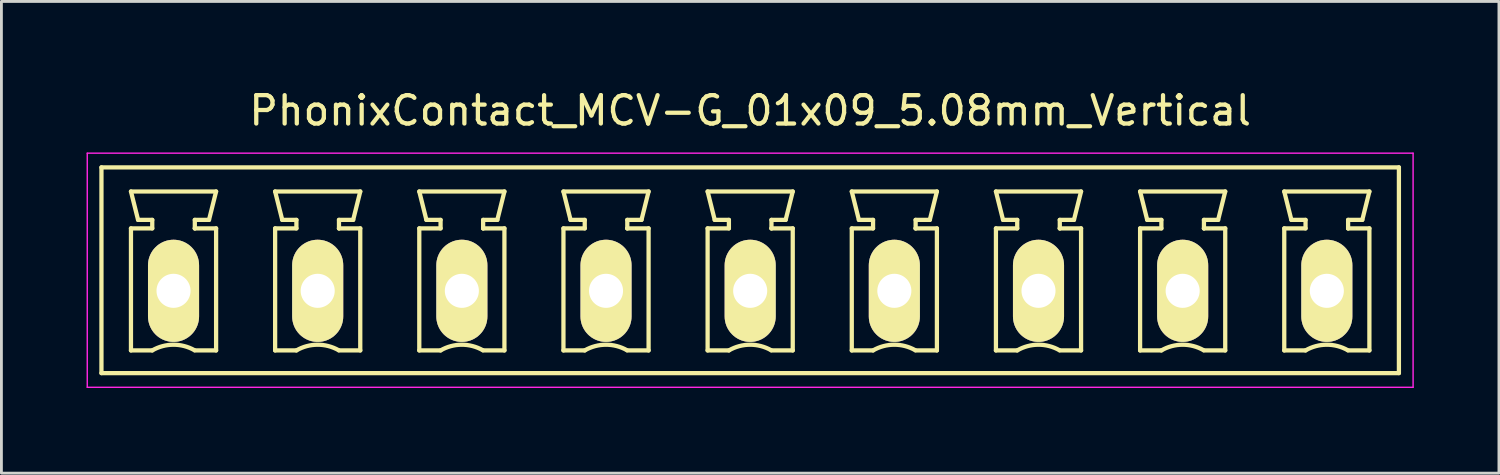
<source format=kicad_pcb>
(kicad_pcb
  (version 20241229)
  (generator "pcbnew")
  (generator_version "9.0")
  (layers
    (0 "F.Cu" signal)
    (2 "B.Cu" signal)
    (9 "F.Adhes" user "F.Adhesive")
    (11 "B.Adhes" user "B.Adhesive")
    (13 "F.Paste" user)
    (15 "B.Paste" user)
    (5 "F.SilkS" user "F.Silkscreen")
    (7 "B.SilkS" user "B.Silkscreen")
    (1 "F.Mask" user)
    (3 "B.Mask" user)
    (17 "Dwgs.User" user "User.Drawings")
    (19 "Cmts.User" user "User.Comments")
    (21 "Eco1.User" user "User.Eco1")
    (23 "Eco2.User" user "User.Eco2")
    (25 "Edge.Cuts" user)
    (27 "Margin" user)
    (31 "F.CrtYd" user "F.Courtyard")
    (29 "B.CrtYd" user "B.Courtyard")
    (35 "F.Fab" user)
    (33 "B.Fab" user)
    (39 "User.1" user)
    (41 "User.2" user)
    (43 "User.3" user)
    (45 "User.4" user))
  (footprint "PhonixContact_MCV-G_01x09_5.08mm_Vertical"
    (layer "F.Cu")
    (at 3.065 7.198)
    (property "Reference" "PhonixContact_MCV-G_01x09_5.08mm_Vertical" (at 20.32 -6.35 0) (layer "F.SilkS") (effects (font (size 1 1) (thickness 0.15))))
    (attr through_hole)
    (fp_line (start -2.54 -4.35) (end -2.54 2.9) (stroke (width 0.15) (type solid)) (layer "F.SilkS"))
    (fp_line (start -2.54 2.9) (end 43.18 2.9) (stroke (width 0.15) (type solid)) (layer "F.SilkS"))
    (fp_line (start -1.5 -3.5) (end 1.5 -3.5) (stroke (width 0.15) (type solid)) (layer "F.SilkS"))
    (fp_line (start -1.5 -2.2) (end -0.75 -2.2) (stroke (width 0.15) (type solid)) (layer "F.SilkS"))
    (fp_line (start -1.5 2.1) (end -1.5 -2.2) (stroke (width 0.15) (type solid)) (layer "F.SilkS"))
    (fp_line (start -1.25 -2.5) (end -1.5 -3.5) (stroke (width 0.15) (type solid)) (layer "F.SilkS"))
    (fp_line (start -0.75 -2.5) (end -1.25 -2.5) (stroke (width 0.15) (type solid)) (layer "F.SilkS"))
    (fp_line (start -0.75 -2.2) (end -0.75 -2.5) (stroke (width 0.15) (type solid)) (layer "F.SilkS"))
    (fp_line (start -0.75 2.1) (end -1.5 2.1) (stroke (width 0.15) (type solid)) (layer "F.SilkS"))
    (fp_line (start 0.75 -2.5) (end 0.75 -2.2) (stroke (width 0.15) (type solid)) (layer "F.SilkS"))
    (fp_line (start 0.75 -2.2) (end 0.75 -2.2) (stroke (width 0.15) (type solid)) (layer "F.SilkS"))
    (fp_line (start 0.75 -2.2) (end 1.5 -2.2) (stroke (width 0.15) (type solid)) (layer "F.SilkS"))
    (fp_line (start 1.25 -2.5) (end 0.75 -2.5) (stroke (width 0.15) (type solid)) (layer "F.SilkS"))
    (fp_line (start 1.5 -3.5) (end 1.25 -2.5) (stroke (width 0.15) (type solid)) (layer "F.SilkS"))
    (fp_line (start 1.5 -2.2) (end 1.5 2.1) (stroke (width 0.15) (type solid)) (layer "F.SilkS"))
    (fp_line (start 1.5 2.1) (end 0.75 2.1) (stroke (width 0.15) (type solid)) (layer "F.SilkS"))
    (fp_line (start 3.58 -3.5) (end 6.58 -3.5) (stroke (width 0.15) (type solid)) (layer "F.SilkS"))
    (fp_line (start 3.58 -2.2) (end 4.33 -2.2) (stroke (width 0.15) (type solid)) (layer "F.SilkS"))
    (fp_line (start 3.58 2.1) (end 3.58 -2.2) (stroke (width 0.15) (type solid)) (layer "F.SilkS"))
    (fp_line (start 3.83 -2.5) (end 3.58 -3.5) (stroke (width 0.15) (type solid)) (layer "F.SilkS"))
    (fp_line (start 4.33 -2.5) (end 3.83 -2.5) (stroke (width 0.15) (type solid)) (layer "F.SilkS"))
    (fp_line (start 4.33 -2.2) (end 4.33 -2.5) (stroke (width 0.15) (type solid)) (layer "F.SilkS"))
    (fp_line (start 4.33 2.1) (end 3.58 2.1) (stroke (width 0.15) (type solid)) (layer "F.SilkS"))
    (fp_line (start 5.83 -2.5) (end 5.83 -2.2) (stroke (width 0.15) (type solid)) (layer "F.SilkS"))
    (fp_line (start 5.83 -2.2) (end 5.83 -2.2) (stroke (width 0.15) (type solid)) (layer "F.SilkS"))
    (fp_line (start 5.83 -2.2) (end 6.58 -2.2) (stroke (width 0.15) (type solid)) (layer "F.SilkS"))
    (fp_line (start 6.33 -2.5) (end 5.83 -2.5) (stroke (width 0.15) (type solid)) (layer "F.SilkS"))
    (fp_line (start 6.58 -3.5) (end 6.33 -2.5) (stroke (width 0.15) (type solid)) (layer "F.SilkS"))
    (fp_line (start 6.58 -2.2) (end 6.58 2.1) (stroke (width 0.15) (type solid)) (layer "F.SilkS"))
    (fp_line (start 6.58 2.1) (end 5.83 2.1) (stroke (width 0.15) (type solid)) (layer "F.SilkS"))
    (fp_line (start 8.66 -3.5) (end 11.66 -3.5) (stroke (width 0.15) (type solid)) (layer "F.SilkS"))
    (fp_line (start 8.66 -2.2) (end 9.41 -2.2) (stroke (width 0.15) (type solid)) (layer "F.SilkS"))
    (fp_line (start 8.66 2.1) (end 8.66 -2.2) (stroke (width 0.15) (type solid)) (layer "F.SilkS"))
    (fp_line (start 8.91 -2.5) (end 8.66 -3.5) (stroke (width 0.15) (type solid)) (layer "F.SilkS"))
    (fp_line (start 9.41 -2.5) (end 8.91 -2.5) (stroke (width 0.15) (type solid)) (layer "F.SilkS"))
    (fp_line (start 9.41 -2.2) (end 9.41 -2.5) (stroke (width 0.15) (type solid)) (layer "F.SilkS"))
    (fp_line (start 9.41 2.1) (end 8.66 2.1) (stroke (width 0.15) (type solid)) (layer "F.SilkS"))
    (fp_line (start 10.91 -2.5) (end 10.91 -2.2) (stroke (width 0.15) (type solid)) (layer "F.SilkS"))
    (fp_line (start 10.91 -2.2) (end 10.91 -2.2) (stroke (width 0.15) (type solid)) (layer "F.SilkS"))
    (fp_line (start 10.91 -2.2) (end 11.66 -2.2) (stroke (width 0.15) (type solid)) (layer "F.SilkS"))
    (fp_line (start 11.41 -2.5) (end 10.91 -2.5) (stroke (width 0.15) (type solid)) (layer "F.SilkS"))
    (fp_line (start 11.66 -3.5) (end 11.41 -2.5) (stroke (width 0.15) (type solid)) (layer "F.SilkS"))
    (fp_line (start 11.66 -2.2) (end 11.66 2.1) (stroke (width 0.15) (type solid)) (layer "F.SilkS"))
    (fp_line (start 11.66 2.1) (end 10.91 2.1) (stroke (width 0.15) (type solid)) (layer "F.SilkS"))
    (fp_line (start 13.74 -3.5) (end 16.74 -3.5) (stroke (width 0.15) (type solid)) (layer "F.SilkS"))
    (fp_line (start 13.74 -2.2) (end 14.49 -2.2) (stroke (width 0.15) (type solid)) (layer "F.SilkS"))
    (fp_line (start 13.74 2.1) (end 13.74 -2.2) (stroke (width 0.15) (type solid)) (layer "F.SilkS"))
    (fp_line (start 13.99 -2.5) (end 13.74 -3.5) (stroke (width 0.15) (type solid)) (layer "F.SilkS"))
    (fp_line (start 14.49 -2.5) (end 13.99 -2.5) (stroke (width 0.15) (type solid)) (layer "F.SilkS"))
    (fp_line (start 14.49 -2.2) (end 14.49 -2.5) (stroke (width 0.15) (type solid)) (layer "F.SilkS"))
    (fp_line (start 14.49 2.1) (end 13.74 2.1) (stroke (width 0.15) (type solid)) (layer "F.SilkS"))
    (fp_line (start 15.99 -2.5) (end 15.99 -2.2) (stroke (width 0.15) (type solid)) (layer "F.SilkS"))
    (fp_line (start 15.99 -2.2) (end 15.99 -2.2) (stroke (width 0.15) (type solid)) (layer "F.SilkS"))
    (fp_line (start 15.99 -2.2) (end 16.74 -2.2) (stroke (width 0.15) (type solid)) (layer "F.SilkS"))
    (fp_line (start 16.49 -2.5) (end 15.99 -2.5) (stroke (width 0.15) (type solid)) (layer "F.SilkS"))
    (fp_line (start 16.74 -3.5) (end 16.49 -2.5) (stroke (width 0.15) (type solid)) (layer "F.SilkS"))
    (fp_line (start 16.74 -2.2) (end 16.74 2.1) (stroke (width 0.15) (type solid)) (layer "F.SilkS"))
    (fp_line (start 16.74 2.1) (end 15.99 2.1) (stroke (width 0.15) (type solid)) (layer "F.SilkS"))
    (fp_line (start 18.82 -3.5) (end 21.82 -3.5) (stroke (width 0.15) (type solid)) (layer "F.SilkS"))
    (fp_line (start 18.82 -2.2) (end 19.57 -2.2) (stroke (width 0.15) (type solid)) (layer "F.SilkS"))
    (fp_line (start 18.82 2.1) (end 18.82 -2.2) (stroke (width 0.15) (type solid)) (layer "F.SilkS"))
    (fp_line (start 19.07 -2.5) (end 18.82 -3.5) (stroke (width 0.15) (type solid)) (layer "F.SilkS"))
    (fp_line (start 19.57 -2.5) (end 19.07 -2.5) (stroke (width 0.15) (type solid)) (layer "F.SilkS"))
    (fp_line (start 19.57 -2.2) (end 19.57 -2.5) (stroke (width 0.15) (type solid)) (layer "F.SilkS"))
    (fp_line (start 19.57 2.1) (end 18.82 2.1) (stroke (width 0.15) (type solid)) (layer "F.SilkS"))
    (fp_line (start 21.07 -2.5) (end 21.07 -2.2) (stroke (width 0.15) (type solid)) (layer "F.SilkS"))
    (fp_line (start 21.07 -2.2) (end 21.07 -2.2) (stroke (width 0.15) (type solid)) (layer "F.SilkS"))
    (fp_line (start 21.07 -2.2) (end 21.82 -2.2) (stroke (width 0.15) (type solid)) (layer "F.SilkS"))
    (fp_line (start 21.57 -2.5) (end 21.07 -2.5) (stroke (width 0.15) (type solid)) (layer "F.SilkS"))
    (fp_line (start 21.82 -3.5) (end 21.57 -2.5) (stroke (width 0.15) (type solid)) (layer "F.SilkS"))
    (fp_line (start 21.82 -2.2) (end 21.82 2.1) (stroke (width 0.15) (type solid)) (layer "F.SilkS"))
    (fp_line (start 21.82 2.1) (end 21.07 2.1) (stroke (width 0.15) (type solid)) (layer "F.SilkS"))
    (fp_line (start 23.9 -3.5) (end 26.9 -3.5) (stroke (width 0.15) (type solid)) (layer "F.SilkS"))
    (fp_line (start 23.9 -2.2) (end 24.65 -2.2) (stroke (width 0.15) (type solid)) (layer "F.SilkS"))
    (fp_line (start 23.9 2.1) (end 23.9 -2.2) (stroke (width 0.15) (type solid)) (layer "F.SilkS"))
    (fp_line (start 24.15 -2.5) (end 23.9 -3.5) (stroke (width 0.15) (type solid)) (layer "F.SilkS"))
    (fp_line (start 24.65 -2.5) (end 24.15 -2.5) (stroke (width 0.15) (type solid)) (layer "F.SilkS"))
    (fp_line (start 24.65 -2.2) (end 24.65 -2.5) (stroke (width 0.15) (type solid)) (layer "F.SilkS"))
    (fp_line (start 24.65 2.1) (end 23.9 2.1) (stroke (width 0.15) (type solid)) (layer "F.SilkS"))
    (fp_line (start 26.15 -2.5) (end 26.15 -2.2) (stroke (width 0.15) (type solid)) (layer "F.SilkS"))
    (fp_line (start 26.15 -2.2) (end 26.15 -2.2) (stroke (width 0.15) (type solid)) (layer "F.SilkS"))
    (fp_line (start 26.15 -2.2) (end 26.9 -2.2) (stroke (width 0.15) (type solid)) (layer "F.SilkS"))
    (fp_line (start 26.65 -2.5) (end 26.15 -2.5) (stroke (width 0.15) (type solid)) (layer "F.SilkS"))
    (fp_line (start 26.9 -3.5) (end 26.65 -2.5) (stroke (width 0.15) (type solid)) (layer "F.SilkS"))
    (fp_line (start 26.9 -2.2) (end 26.9 2.1) (stroke (width 0.15) (type solid)) (layer "F.SilkS"))
    (fp_line (start 26.9 2.1) (end 26.15 2.1) (stroke (width 0.15) (type solid)) (layer "F.SilkS"))
    (fp_line (start 28.98 -3.5) (end 31.98 -3.5) (stroke (width 0.15) (type solid)) (layer "F.SilkS"))
    (fp_line (start 28.98 -2.2) (end 29.73 -2.2) (stroke (width 0.15) (type solid)) (layer "F.SilkS"))
    (fp_line (start 28.98 2.1) (end 28.98 -2.2) (stroke (width 0.15) (type solid)) (layer "F.SilkS"))
    (fp_line (start 29.23 -2.5) (end 28.98 -3.5) (stroke (width 0.15) (type solid)) (layer "F.SilkS"))
    (fp_line (start 29.73 -2.5) (end 29.23 -2.5) (stroke (width 0.15) (type solid)) (layer "F.SilkS"))
    (fp_line (start 29.73 -2.2) (end 29.73 -2.5) (stroke (width 0.15) (type solid)) (layer "F.SilkS"))
    (fp_line (start 29.73 2.1) (end 28.98 2.1) (stroke (width 0.15) (type solid)) (layer "F.SilkS"))
    (fp_line (start 31.23 -2.5) (end 31.23 -2.2) (stroke (width 0.15) (type solid)) (layer "F.SilkS"))
    (fp_line (start 31.23 -2.2) (end 31.23 -2.2) (stroke (width 0.15) (type solid)) (layer "F.SilkS"))
    (fp_line (start 31.23 -2.2) (end 31.98 -2.2) (stroke (width 0.15) (type solid)) (layer "F.SilkS"))
    (fp_line (start 31.73 -2.5) (end 31.23 -2.5) (stroke (width 0.15) (type solid)) (layer "F.SilkS"))
    (fp_line (start 31.98 -3.5) (end 31.73 -2.5) (stroke (width 0.15) (type solid)) (layer "F.SilkS"))
    (fp_line (start 31.98 -2.2) (end 31.98 2.1) (stroke (width 0.15) (type solid)) (layer "F.SilkS"))
    (fp_line (start 31.98 2.1) (end 31.23 2.1) (stroke (width 0.15) (type solid)) (layer "F.SilkS"))
    (fp_line (start 34.06 -3.5) (end 37.06 -3.5) (stroke (width 0.15) (type solid)) (layer "F.SilkS"))
    (fp_line (start 34.06 -2.2) (end 34.81 -2.2) (stroke (width 0.15) (type solid)) (layer "F.SilkS"))
    (fp_line (start 34.06 2.1) (end 34.06 -2.2) (stroke (width 0.15) (type solid)) (layer "F.SilkS"))
    (fp_line (start 34.31 -2.5) (end 34.06 -3.5) (stroke (width 0.15) (type solid)) (layer "F.SilkS"))
    (fp_line (start 34.81 -2.5) (end 34.31 -2.5) (stroke (width 0.15) (type solid)) (layer "F.SilkS"))
    (fp_line (start 34.81 -2.2) (end 34.81 -2.5) (stroke (width 0.15) (type solid)) (layer "F.SilkS"))
    (fp_line (start 34.81 2.1) (end 34.06 2.1) (stroke (width 0.15) (type solid)) (layer "F.SilkS"))
    (fp_line (start 36.31 -2.5) (end 36.31 -2.2) (stroke (width 0.15) (type solid)) (layer "F.SilkS"))
    (fp_line (start 36.31 -2.2) (end 36.31 -2.2) (stroke (width 0.15) (type solid)) (layer "F.SilkS"))
    (fp_line (start 36.31 -2.2) (end 37.06 -2.2) (stroke (width 0.15) (type solid)) (layer "F.SilkS"))
    (fp_line (start 36.81 -2.5) (end 36.31 -2.5) (stroke (width 0.15) (type solid)) (layer "F.SilkS"))
    (fp_line (start 37.06 -3.5) (end 36.81 -2.5) (stroke (width 0.15) (type solid)) (layer "F.SilkS"))
    (fp_line (start 37.06 -2.2) (end 37.06 2.1) (stroke (width 0.15) (type solid)) (layer "F.SilkS"))
    (fp_line (start 37.06 2.1) (end 36.31 2.1) (stroke (width 0.15) (type solid)) (layer "F.SilkS"))
    (fp_line (start 39.14 -3.5) (end 42.14 -3.5) (stroke (width 0.15) (type solid)) (layer "F.SilkS"))
    (fp_line (start 39.14 -2.2) (end 39.89 -2.2) (stroke (width 0.15) (type solid)) (layer "F.SilkS"))
    (fp_line (start 39.14 2.1) (end 39.14 -2.2) (stroke (width 0.15) (type solid)) (layer "F.SilkS"))
    (fp_line (start 39.39 -2.5) (end 39.14 -3.5) (stroke (width 0.15) (type solid)) (layer "F.SilkS"))
    (fp_line (start 39.89 -2.5) (end 39.39 -2.5) (stroke (width 0.15) (type solid)) (layer "F.SilkS"))
    (fp_line (start 39.89 -2.2) (end 39.89 -2.5) (stroke (width 0.15) (type solid)) (layer "F.SilkS"))
    (fp_line (start 39.89 2.1) (end 39.14 2.1) (stroke (width 0.15) (type solid)) (layer "F.SilkS"))
    (fp_line (start 41.39 -2.5) (end 41.39 -2.2) (stroke (width 0.15) (type solid)) (layer "F.SilkS"))
    (fp_line (start 41.39 -2.2) (end 41.39 -2.2) (stroke (width 0.15) (type solid)) (layer "F.SilkS"))
    (fp_line (start 41.39 -2.2) (end 42.14 -2.2) (stroke (width 0.15) (type solid)) (layer "F.SilkS"))
    (fp_line (start 41.89 -2.5) (end 41.39 -2.5) (stroke (width 0.15) (type solid)) (layer "F.SilkS"))
    (fp_line (start 42.14 -3.5) (end 41.89 -2.5) (stroke (width 0.15) (type solid)) (layer "F.SilkS"))
    (fp_line (start 42.14 -2.2) (end 42.14 2.1) (stroke (width 0.15) (type solid)) (layer "F.SilkS"))
    (fp_line (start 42.14 2.1) (end 41.39 2.1) (stroke (width 0.15) (type solid)) (layer "F.SilkS"))
    (fp_line (start 43.18 -4.35) (end -2.54 -4.35) (stroke (width 0.15) (type solid)) (layer "F.SilkS"))
    (fp_line (start 43.18 2.9) (end 43.18 -4.35) (stroke (width 0.15) (type solid)) (layer "F.SilkS"))
    (fp_arc (start -0.75 2.1) (mid -0.006068 1.899179) (end 0.739464 2.093978) (stroke (width 0.15) (type solid)) (layer "F.SilkS"))
    (fp_arc (start 4.33 2.1) (mid 5.073932 1.899179) (end 5.819464 2.093978) (stroke (width 0.15) (type solid)) (layer "F.SilkS"))
    (fp_arc (start 9.41 2.1) (mid 10.153932 1.899179) (end 10.899464 2.093978) (stroke (width 0.15) (type solid)) (layer "F.SilkS"))
    (fp_arc (start 14.49 2.1) (mid 15.233932 1.899179) (end 15.979464 2.093978) (stroke (width 0.15) (type solid)) (layer "F.SilkS"))
    (fp_arc (start 19.57 2.1) (mid 20.313932 1.899179) (end 21.059464 2.093978) (stroke (width 0.15) (type solid)) (layer "F.SilkS"))
    (fp_arc (start 24.65 2.1) (mid 25.393932 1.899179) (end 26.139464 2.093978) (stroke (width 0.15) (type solid)) (layer "F.SilkS"))
    (fp_arc (start 29.73 2.1) (mid 30.473932 1.899179) (end 31.219464 2.093978) (stroke (width 0.15) (type solid)) (layer "F.SilkS"))
    (fp_arc (start 34.81 2.1) (mid 35.553932 1.899179) (end 36.299464 2.093978) (stroke (width 0.15) (type solid)) (layer "F.SilkS"))
    (fp_arc (start 39.89 2.1) (mid 40.633932 1.899179) (end 41.379464 2.093978) (stroke (width 0.15) (type solid)) (layer "F.SilkS"))
    (fp_line (start -3.04 -4.85) (end -3.04 3.4) (stroke (width 0.05) (type solid)) (layer "F.CrtYd"))
    (fp_line (start -3.04 3.4) (end 43.68 3.4) (stroke (width 0.05) (type solid)) (layer "F.CrtYd"))
    (fp_line (start 43.68 -4.85) (end -3.04 -4.85) (stroke (width 0.05) (type solid)) (layer "F.CrtYd"))
    (fp_line (start 43.68 3.4) (end 43.68 -4.85) (stroke (width 0.05) (type solid)) (layer "F.CrtYd"))
    (pad "1" thru_hole oval (at 0 0) (size 1.8 3.6) (drill 1.2) (layers "*.Cu" "*.Mask" "F.SilkS"))
    (pad "2" thru_hole oval (at 5.08 0) (size 1.8 3.6) (drill 1.2) (layers "*.Cu" "*.Mask" "F.SilkS"))
    (pad "3" thru_hole oval (at 10.16 0) (size 1.8 3.6) (drill 1.2) (layers "*.Cu" "*.Mask" "F.SilkS"))
    (pad "4" thru_hole oval (at 15.24 0) (size 1.8 3.6) (drill 1.2) (layers "*.Cu" "*.Mask" "F.SilkS"))
    (pad "5" thru_hole oval (at 20.32 0) (size 1.8 3.6) (drill 1.2) (layers "*.Cu" "*.Mask" "F.SilkS"))
    (pad "6" thru_hole oval (at 25.4 0) (size 1.8 3.6) (drill 1.2) (layers "*.Cu" "*.Mask" "F.SilkS"))
    (pad "7" thru_hole oval (at 30.48 0) (size 1.8 3.6) (drill 1.2) (layers "*.Cu" "*.Mask" "F.SilkS"))
    (pad "8" thru_hole oval (at 35.56 0) (size 1.8 3.6) (drill 1.2) (layers "*.Cu" "*.Mask" "F.SilkS"))
    (pad "9" thru_hole oval (at 40.64 0) (size 1.8 3.6) (drill 1.2) (layers "*.Cu" "*.Mask" "F.SilkS")))
  (gr_rect
    (start -3 -3)
    (end 49.77 13.623)
    (stroke (width 0.1) (type default))
    (fill no)
    (layer "Edge.Cuts")))
</source>
